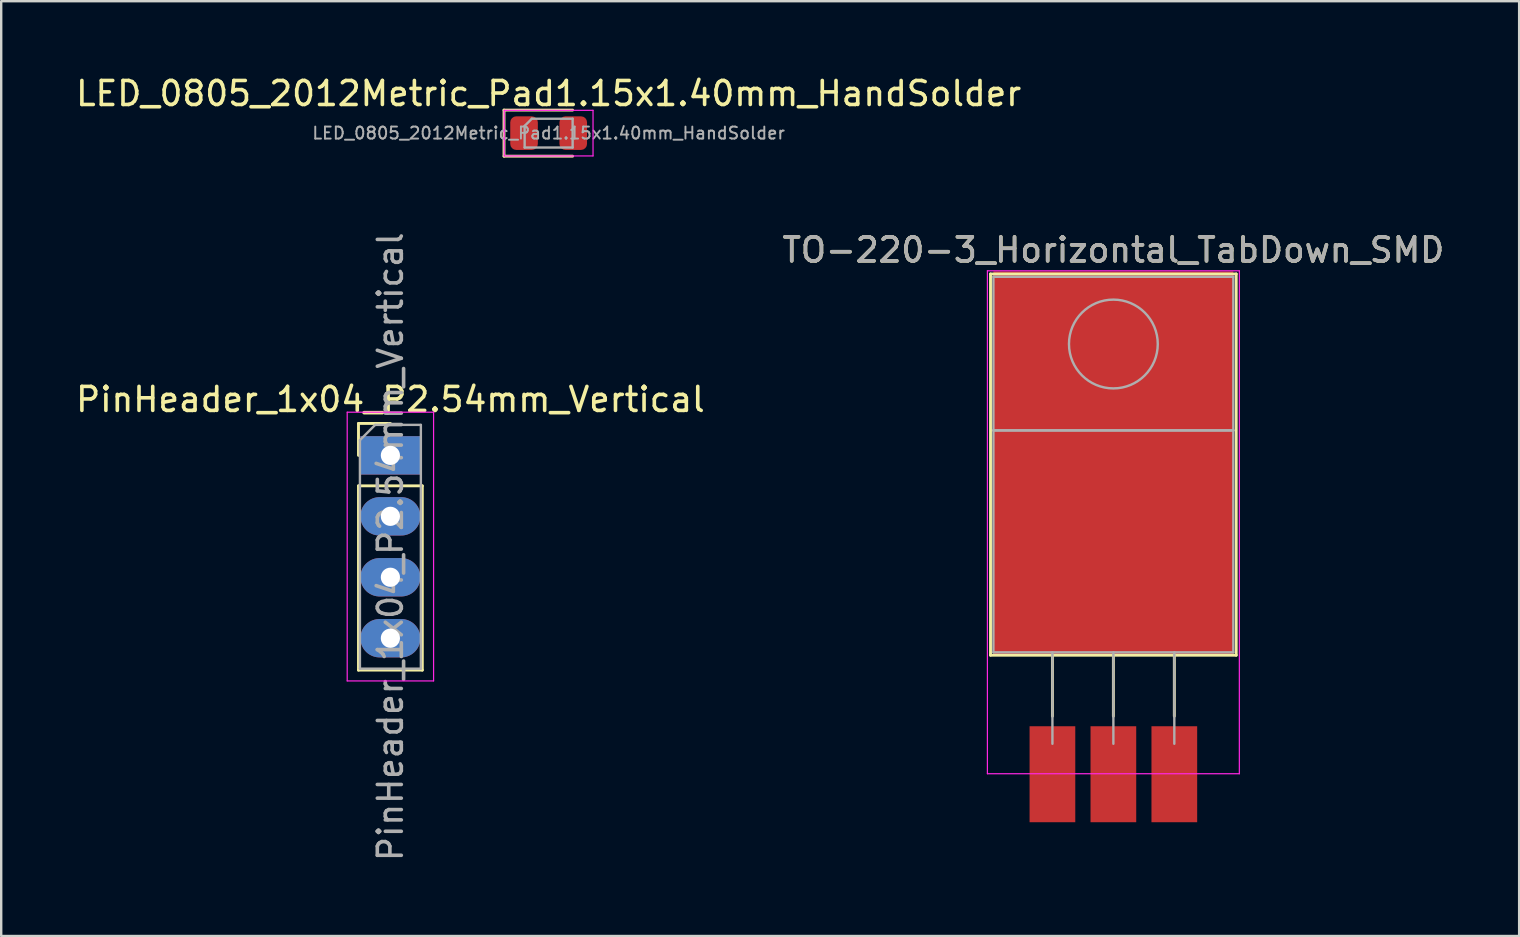
<source format=kicad_pcb>
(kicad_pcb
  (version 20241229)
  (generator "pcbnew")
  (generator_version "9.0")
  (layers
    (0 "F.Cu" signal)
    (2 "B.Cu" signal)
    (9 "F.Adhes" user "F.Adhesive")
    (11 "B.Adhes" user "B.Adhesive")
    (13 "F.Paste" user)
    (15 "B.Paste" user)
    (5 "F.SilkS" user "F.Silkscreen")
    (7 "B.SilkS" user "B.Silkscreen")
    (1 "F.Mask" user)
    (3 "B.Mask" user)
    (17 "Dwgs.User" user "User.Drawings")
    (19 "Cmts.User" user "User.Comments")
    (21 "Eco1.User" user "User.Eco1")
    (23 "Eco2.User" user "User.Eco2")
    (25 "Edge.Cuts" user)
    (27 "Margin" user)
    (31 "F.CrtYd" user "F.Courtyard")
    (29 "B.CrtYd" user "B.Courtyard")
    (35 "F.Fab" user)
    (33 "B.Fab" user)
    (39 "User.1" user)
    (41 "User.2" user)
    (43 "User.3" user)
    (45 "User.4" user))
  (footprint "PinHeader_1x04_P2.54mm_Vertical"
    (layer "F.Cu")
    (at 13.22 15.928)
    (property "Reference" "PinHeader_1x04_P2.54mm_Vertical" (at 0 -2.33 0) (layer "F.SilkS") (effects (font (size 1 1) (thickness 0.15))))
    (attr through_hole)
    (fp_line (start -1.33 -1.33) (end 0 -1.33) (stroke (width 0.12) (type solid)) (layer "F.SilkS"))
    (fp_line (start -1.33 0) (end -1.33 -1.33) (stroke (width 0.12) (type solid)) (layer "F.SilkS"))
    (fp_line (start -1.33 1.27) (end -1.33 8.95) (stroke (width 0.12) (type solid)) (layer "F.SilkS"))
    (fp_line (start -1.33 1.27) (end 1.33 1.27) (stroke (width 0.12) (type solid)) (layer "F.SilkS"))
    (fp_line (start -1.33 8.95) (end 1.33 8.95) (stroke (width 0.12) (type solid)) (layer "F.SilkS"))
    (fp_line (start 1.33 1.27) (end 1.33 8.95) (stroke (width 0.12) (type solid)) (layer "F.SilkS"))
    (fp_line (start -1.8 -1.8) (end -1.8 9.4) (stroke (width 0.05) (type solid)) (layer "F.CrtYd"))
    (fp_line (start -1.8 9.4) (end 1.8 9.4) (stroke (width 0.05) (type solid)) (layer "F.CrtYd"))
    (fp_line (start 1.8 -1.8) (end -1.8 -1.8) (stroke (width 0.05) (type solid)) (layer "F.CrtYd"))
    (fp_line (start 1.8 9.4) (end 1.8 -1.8) (stroke (width 0.05) (type solid)) (layer "F.CrtYd"))
    (fp_line (start -1.27 -0.635) (end -0.635 -1.27) (stroke (width 0.1) (type solid)) (layer "F.Fab"))
    (fp_line (start -1.27 8.89) (end -1.27 -0.635) (stroke (width 0.1) (type solid)) (layer "F.Fab"))
    (fp_line (start -0.635 -1.27) (end 1.27 -1.27) (stroke (width 0.1) (type solid)) (layer "F.Fab"))
    (fp_line (start 1.27 -1.27) (end 1.27 8.89) (stroke (width 0.1) (type solid)) (layer "F.Fab"))
    (fp_line (start 1.27 8.89) (end -1.27 8.89) (stroke (width 0.1) (type solid)) (layer "F.Fab"))
    (fp_text user "${REFERENCE}" (at 0 3.81 90) (layer "F.Fab") (effects (font (size 1 1) (thickness 0.15))))
    (pad "1" thru_hole rect (at 0 0) (size 2.5 1.6) (drill 0.8) (layers "*.Cu" "*.Mask"))
    (pad "2" thru_hole oval (at 0 2.54) (size 2.5 1.6) (drill 0.8) (layers "*.Cu" "*.Mask"))
    (pad "3" thru_hole oval (at 0 5.08) (size 2.5 1.6) (drill 0.8) (layers "*.Cu" "*.Mask"))
    (pad "4" thru_hole oval (at 0 7.62) (size 2.5 1.6) (drill 0.8) (layers "*.Cu" "*.Mask")))
  (footprint "TO-220-3_Horizontal_TabDown_SMD"
    (layer "F.Cu")
    (at 40.811 27.947)
    (property "Reference" "TO-220-3_Horizontal_TabDown_SMD" (at 2.54 -20.58 180) (layer "F.SilkS") (effects (font (size 1 1) (thickness 0.15))))
    (attr through_hole)
    (fp_line (start -2.58 -19.58) (end -2.58 -3.69) (stroke (width 0.12) (type solid)) (layer "F.SilkS"))
    (fp_line (start -2.58 -19.58) (end 7.66 -19.58) (stroke (width 0.12) (type solid)) (layer "F.SilkS"))
    (fp_line (start -2.58 -3.69) (end 7.66 -3.69) (stroke (width 0.12) (type solid)) (layer "F.SilkS"))
    (fp_line (start 0 -3.69) (end 0 -1.15) (stroke (width 0.12) (type solid)) (layer "F.SilkS"))
    (fp_line (start 2.54 -3.69) (end 2.54 -1.15) (stroke (width 0.12) (type solid)) (layer "F.SilkS"))
    (fp_line (start 5.08 -3.69) (end 5.08 -1.15) (stroke (width 0.12) (type solid)) (layer "F.SilkS"))
    (fp_line (start 7.66 -19.58) (end 7.66 -3.69) (stroke (width 0.12) (type solid)) (layer "F.SilkS"))
    (fp_line (start -2.71 -19.71) (end -2.71 1.25) (stroke (width 0.05) (type solid)) (layer "F.CrtYd"))
    (fp_line (start -2.71 1.25) (end 7.79 1.25) (stroke (width 0.05) (type solid)) (layer "F.CrtYd"))
    (fp_line (start 7.79 -19.71) (end -2.71 -19.71) (stroke (width 0.05) (type solid)) (layer "F.CrtYd"))
    (fp_line (start 7.79 1.25) (end 7.79 -19.71) (stroke (width 0.05) (type solid)) (layer "F.CrtYd"))
    (fp_line (start -2.46 -19.46) (end 7.54 -19.46) (stroke (width 0.1) (type solid)) (layer "F.Fab"))
    (fp_line (start -2.46 -13.06) (end -2.46 -19.46) (stroke (width 0.1) (type solid)) (layer "F.Fab"))
    (fp_line (start -2.46 -13.06) (end 7.54 -13.06) (stroke (width 0.1) (type solid)) (layer "F.Fab"))
    (fp_line (start -2.46 -3.81) (end -2.46 -13.06) (stroke (width 0.1) (type solid)) (layer "F.Fab"))
    (fp_line (start 0 -3.81) (end 0 0) (stroke (width 0.1) (type solid)) (layer "F.Fab"))
    (fp_line (start 2.54 -3.81) (end 2.54 0) (stroke (width 0.1) (type solid)) (layer "F.Fab"))
    (fp_line (start 5.08 -3.81) (end 5.08 0) (stroke (width 0.1) (type solid)) (layer "F.Fab"))
    (fp_line (start 7.54 -19.46) (end 7.54 -13.06) (stroke (width 0.1) (type solid)) (layer "F.Fab"))
    (fp_line (start 7.54 -13.06) (end -2.46 -13.06) (stroke (width 0.1) (type solid)) (layer "F.Fab"))
    (fp_line (start 7.54 -13.06) (end 7.54 -3.81) (stroke (width 0.1) (type solid)) (layer "F.Fab"))
    (fp_line (start 7.54 -3.81) (end -2.46 -3.81) (stroke (width 0.1) (type solid)) (layer "F.Fab"))
    (fp_circle (center 2.54 -16.66) (end 4.39 -16.66) (stroke (width 0.1) (type solid)) (fill no) (layer "F.Fab"))
    (fp_text user "${REFERENCE}" (at 2.54 -20.58 180) (layer "F.Fab") (effects (font (size 1 1) (thickness 0.15))))
    (pad "1" smd rect (at 0 1.27) (size 1.905 4) (layers "F.Cu" "F.Mask" "F.Paste"))
    (pad "2" smd rect (at 2.54 -11.684) (size 10 16) (layers "F.Cu" "F.Mask" "F.Paste"))
    (pad "2" smd rect (at 2.54 1.27) (size 1.905 4) (layers "F.Cu" "F.Mask" "F.Paste"))
    (pad "3" smd rect (at 5.08 1.27) (size 1.905 4) (layers "F.Cu" "F.Mask" "F.Paste")))
  (footprint "LED_0805_2012Metric_Pad1.15x1.40mm_HandSolder"
    (layer "F.Cu")
    (at 19.815 2.498)
    (property "Reference" "LED_0805_2012Metric_Pad1.15x1.40mm_HandSolder" (at 0 -1.65 180) (layer "F.SilkS") (effects (font (size 1 1) (thickness 0.15))))
    (attr smd)
    (fp_line (start -1.86 -0.96) (end -1.86 0.96) (stroke (width 0.12) (type solid)) (layer "F.SilkS"))
    (fp_line (start -1.86 0.96) (end 1 0.96) (stroke (width 0.12) (type solid)) (layer "F.SilkS"))
    (fp_line (start 1 -0.96) (end -1.86 -0.96) (stroke (width 0.12) (type solid)) (layer "F.SilkS"))
    (fp_line (start -1.85 -0.95) (end 1.85 -0.95) (stroke (width 0.05) (type solid)) (layer "F.CrtYd"))
    (fp_line (start -1.85 0.95) (end -1.85 -0.95) (stroke (width 0.05) (type solid)) (layer "F.CrtYd"))
    (fp_line (start 1.85 -0.95) (end 1.85 0.95) (stroke (width 0.05) (type solid)) (layer "F.CrtYd"))
    (fp_line (start 1.85 0.95) (end -1.85 0.95) (stroke (width 0.05) (type solid)) (layer "F.CrtYd"))
    (fp_line (start -1 -0.3) (end -1 0.6) (stroke (width 0.1) (type solid)) (layer "F.Fab"))
    (fp_line (start -1 0.6) (end 1 0.6) (stroke (width 0.1) (type solid)) (layer "F.Fab"))
    (fp_line (start -0.7 -0.6) (end -1 -0.3) (stroke (width 0.1) (type solid)) (layer "F.Fab"))
    (fp_line (start 1 -0.6) (end -0.7 -0.6) (stroke (width 0.1) (type solid)) (layer "F.Fab"))
    (fp_line (start 1 0.6) (end 1 -0.6) (stroke (width 0.1) (type solid)) (layer "F.Fab"))
    (fp_text user "${REFERENCE}" (at 0 0 180) (layer "F.Fab") (effects (font (size 0.5 0.5) (thickness 0.08))))
    (pad "1" smd roundrect (at -1.025 0) (size 1.15 1.4) (layers "F.Cu" "F.Mask" "F.Paste") (roundrect_rratio 0.217))
    (pad "2" smd roundrect (at 1.025 0) (size 1.15 1.4) (layers "F.Cu" "F.Mask" "F.Paste") (roundrect_rratio 0.217)))
  (gr_rect
    (start -3 -3)
    (end 60.262 35.959)
    (stroke (width 0.1) (type default))
    (fill no)
    (layer "Edge.Cuts")))
</source>
